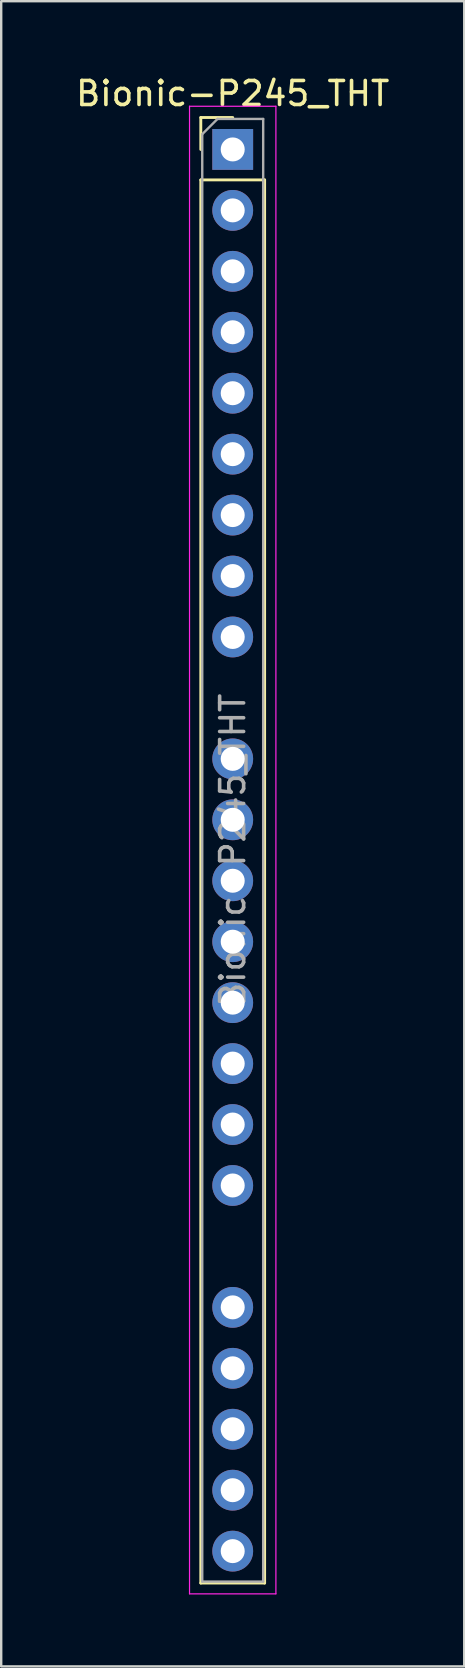
<source format=kicad_pcb>
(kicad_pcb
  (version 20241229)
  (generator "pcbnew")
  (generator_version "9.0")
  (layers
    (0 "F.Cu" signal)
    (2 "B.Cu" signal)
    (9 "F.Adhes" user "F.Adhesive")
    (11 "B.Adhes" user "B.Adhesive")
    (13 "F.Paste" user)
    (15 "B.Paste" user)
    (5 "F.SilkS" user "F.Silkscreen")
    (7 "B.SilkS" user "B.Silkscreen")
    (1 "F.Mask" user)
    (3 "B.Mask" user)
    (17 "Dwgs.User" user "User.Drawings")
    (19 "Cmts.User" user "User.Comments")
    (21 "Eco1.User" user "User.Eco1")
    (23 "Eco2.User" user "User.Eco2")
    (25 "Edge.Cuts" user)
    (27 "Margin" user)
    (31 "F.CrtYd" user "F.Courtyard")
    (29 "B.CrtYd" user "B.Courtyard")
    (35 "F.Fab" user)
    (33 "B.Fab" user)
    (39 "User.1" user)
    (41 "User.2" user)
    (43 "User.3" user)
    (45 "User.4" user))
  (footprint "Bionic-P245_THT"
    (layer "F.Cu")
    (at 6.649 3.178)
    (property "Reference" "Bionic-P245_THT" (at 0 -2.33 0) (layer "F.SilkS") (effects (font (size 1 1) (thickness 0.15))))
    (attr through_hole)
    (fp_line (start -1.33 -1.33) (end 0 -1.33) (stroke (width 0.12) (type solid)) (layer "F.SilkS"))
    (fp_line (start -1.33 0) (end -1.33 -1.33) (stroke (width 0.12) (type solid)) (layer "F.SilkS"))
    (fp_line (start -1.33 1.27) (end -1.33 59.75) (stroke (width 0.12) (type solid)) (layer "F.SilkS"))
    (fp_line (start -1.33 1.27) (end 1.33 1.27) (stroke (width 0.12) (type solid)) (layer "F.SilkS"))
    (fp_line (start -1.33 59.75) (end 1.33 59.75) (stroke (width 0.12) (type solid)) (layer "F.SilkS"))
    (fp_line (start 1.33 1.27) (end 1.33 59.75) (stroke (width 0.12) (type solid)) (layer "F.SilkS"))
    (fp_line (start -1.8 -1.8) (end -1.8 60.2) (stroke (width 0.05) (type solid)) (layer "F.CrtYd"))
    (fp_line (start -1.8 60.2) (end 1.8 60.2) (stroke (width 0.05) (type solid)) (layer "F.CrtYd"))
    (fp_line (start 1.8 -1.8) (end -1.8 -1.8) (stroke (width 0.05) (type solid)) (layer "F.CrtYd"))
    (fp_line (start 1.8 60.2) (end 1.8 -1.8) (stroke (width 0.05) (type solid)) (layer "F.CrtYd"))
    (fp_line (start -1.27 -0.635) (end -0.635 -1.27) (stroke (width 0.1) (type solid)) (layer "F.Fab"))
    (fp_line (start -1.27 59.69) (end -1.27 -0.635) (stroke (width 0.1) (type solid)) (layer "F.Fab"))
    (fp_line (start -0.635 -1.27) (end 1.27 -1.27) (stroke (width 0.1) (type solid)) (layer "F.Fab"))
    (fp_line (start 1.27 -1.27) (end 1.27 59.69) (stroke (width 0.1) (type solid)) (layer "F.Fab"))
    (fp_line (start 1.27 59.69) (end -1.27 59.69) (stroke (width 0.1) (type solid)) (layer "F.Fab"))
    (fp_text user "${REFERENCE}" (at 0 29.21 90) (layer "F.Fab") (effects (font (size 1 1) (thickness 0.15))))
    (pad "25" thru_hole oval (at 0 58.42) (size 1.7 1.7) (drill 1) (layers "*.Cu" "*.Mask"))
    (pad "26" thru_hole oval (at 0 55.88) (size 1.7 1.7) (drill 1) (layers "*.Cu" "*.Mask"))
    (pad "27" thru_hole oval (at 0 53.34) (size 1.7 1.7) (drill 1) (layers "*.Cu" "*.Mask"))
    (pad "28" thru_hole oval (at 0 50.8) (size 1.7 1.7) (drill 1) (layers "*.Cu" "*.Mask"))
    (pad "29" thru_hole oval (at 0 48.26) (size 1.7 1.7) (drill 1) (layers "*.Cu" "*.Mask"))
    (pad "31" thru_hole oval (at 0 43.18) (size 1.7 1.7) (drill 1) (layers "*.Cu" "*.Mask"))
    (pad "32" thru_hole oval (at 0 40.64) (size 1.7 1.7) (drill 1) (layers "*.Cu" "*.Mask"))
    (pad "33" thru_hole oval (at 0 38.1) (size 1.7 1.7) (drill 1) (layers "*.Cu" "*.Mask"))
    (pad "34" thru_hole oval (at 0 35.56) (size 1.7 1.7) (drill 1) (layers "*.Cu" "*.Mask"))
    (pad "35" thru_hole oval (at 0 33.02) (size 1.7 1.7) (drill 1) (layers "*.Cu" "*.Mask"))
    (pad "36" thru_hole oval (at 0 30.48) (size 1.7 1.7) (drill 1) (layers "*.Cu" "*.Mask"))
    (pad "37" thru_hole oval (at 0 27.94) (size 1.7 1.7) (drill 1) (layers "*.Cu" "*.Mask"))
    (pad "38" thru_hole oval (at 0 25.4) (size 1.7 1.7) (drill 1) (layers "*.Cu" "*.Mask"))
    (pad "40" thru_hole oval (at 0 20.32) (size 1.7 1.7) (drill 1) (layers "*.Cu" "*.Mask"))
    (pad "41" thru_hole oval (at 0 17.78) (size 1.7 1.7) (drill 1) (layers "*.Cu" "*.Mask"))
    (pad "42" thru_hole oval (at 0 15.24) (size 1.7 1.7) (drill 1) (layers "*.Cu" "*.Mask"))
    (pad "43" thru_hole oval (at 0 12.7) (size 1.7 1.7) (drill 1) (layers "*.Cu" "*.Mask"))
    (pad "44" thru_hole oval (at 0 10.16) (size 1.7 1.7) (drill 1) (layers "*.Cu" "*.Mask"))
    (pad "45" thru_hole oval (at 0 7.62) (size 1.7 1.7) (drill 1) (layers "*.Cu" "*.Mask"))
    (pad "46" thru_hole oval (at 0 5.08) (size 1.7 1.7) (drill 1) (layers "*.Cu" "*.Mask"))
    (pad "47" thru_hole oval (at 0 2.54) (size 1.7 1.7) (drill 1) (layers "*.Cu" "*.Mask"))
    (pad "48" thru_hole rect (at 0 0) (size 1.7 1.7) (drill 1) (layers "*.Cu" "*.Mask")))
  (gr_rect
    (start -3 -3)
    (end 16.298 66.403)
    (stroke (width 0.1) (type default))
    (fill no)
    (layer "Edge.Cuts")))
</source>
